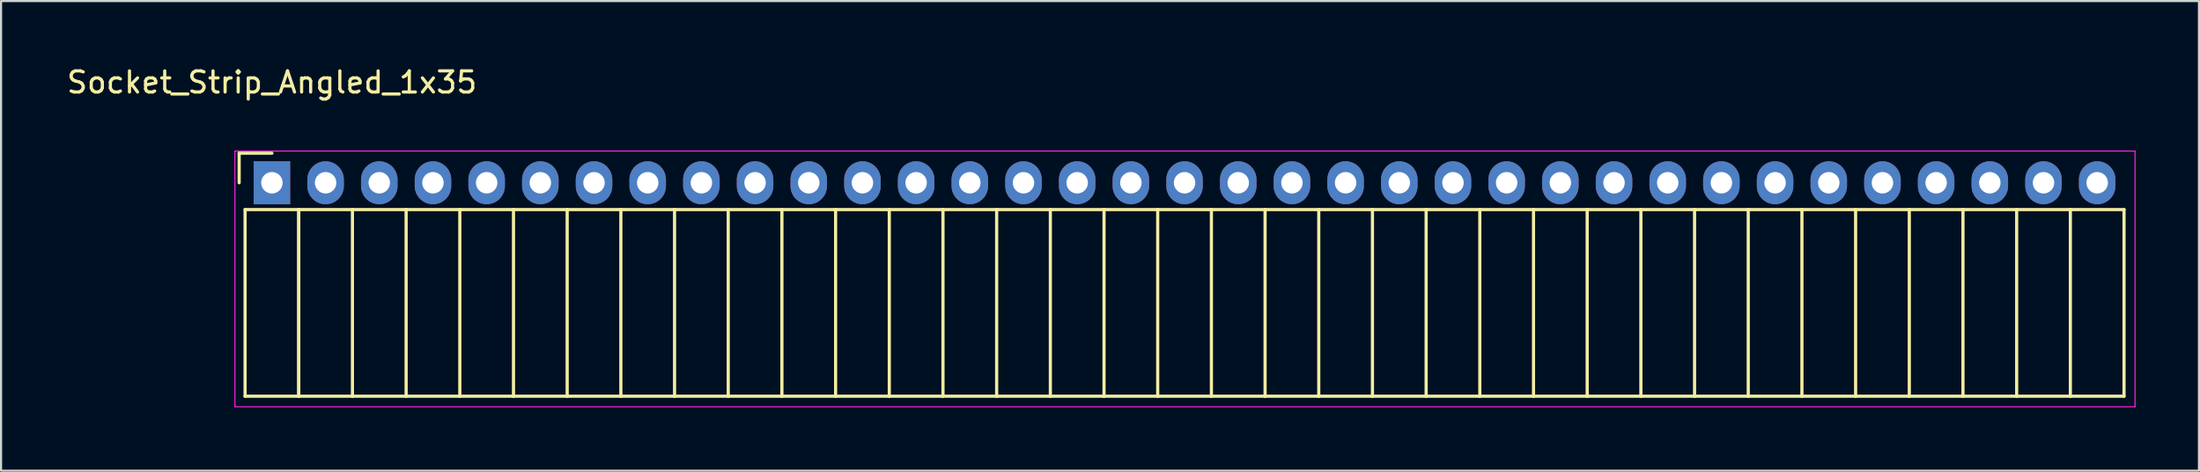
<source format=kicad_pcb>
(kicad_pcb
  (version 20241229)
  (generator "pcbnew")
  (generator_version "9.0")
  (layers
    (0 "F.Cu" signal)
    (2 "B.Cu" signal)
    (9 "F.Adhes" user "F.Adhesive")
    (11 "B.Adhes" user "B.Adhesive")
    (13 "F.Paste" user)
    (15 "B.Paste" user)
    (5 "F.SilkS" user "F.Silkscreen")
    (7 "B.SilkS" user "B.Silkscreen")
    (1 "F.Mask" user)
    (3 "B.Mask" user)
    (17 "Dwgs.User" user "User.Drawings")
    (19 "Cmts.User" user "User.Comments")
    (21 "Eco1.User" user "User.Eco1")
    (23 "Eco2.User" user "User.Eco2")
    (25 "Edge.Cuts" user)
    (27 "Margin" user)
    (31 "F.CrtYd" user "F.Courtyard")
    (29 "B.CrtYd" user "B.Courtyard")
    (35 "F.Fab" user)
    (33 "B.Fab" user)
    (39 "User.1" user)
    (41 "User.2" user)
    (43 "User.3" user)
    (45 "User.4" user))
  (footprint "Socket_Strip_Angled_1x35"
    (layer "F.Cu")
    (at 9.815 5.598)
    (property "Reference" "Socket_Strip_Angled_1x35" (at 0 -4.75 0) (layer "F.SilkS") (effects (font (size 1 1) (thickness 0.15))))
    (attr through_hole)
    (fp_line (start -1.55 -1.4) (end -1.55 0) (stroke (width 0.15) (type solid)) (layer "F.SilkS"))
    (fp_line (start -1.27 1.27) (end -1.27 10.1) (stroke (width 0.15) (type solid)) (layer "F.SilkS"))
    (fp_line (start -1.27 1.27) (end 1.27 1.27) (stroke (width 0.15) (type solid)) (layer "F.SilkS"))
    (fp_line (start -1.27 10.1) (end 1.27 10.1) (stroke (width 0.15) (type solid)) (layer "F.SilkS"))
    (fp_line (start 0 -1.4) (end -1.55 -1.4) (stroke (width 0.15) (type solid)) (layer "F.SilkS"))
    (fp_line (start 1.27 1.27) (end 1.27 10.1) (stroke (width 0.15) (type solid)) (layer "F.SilkS"))
    (fp_line (start 1.27 1.27) (end 3.81 1.27) (stroke (width 0.15) (type solid)) (layer "F.SilkS"))
    (fp_line (start 1.27 10.1) (end 1.27 1.27) (stroke (width 0.15) (type solid)) (layer "F.SilkS"))
    (fp_line (start 1.27 10.1) (end 3.81 10.1) (stroke (width 0.15) (type solid)) (layer "F.SilkS"))
    (fp_line (start 3.81 1.27) (end 6.35 1.27) (stroke (width 0.15) (type solid)) (layer "F.SilkS"))
    (fp_line (start 3.81 10.1) (end 3.81 1.27) (stroke (width 0.15) (type solid)) (layer "F.SilkS"))
    (fp_line (start 3.81 10.1) (end 6.35 10.1) (stroke (width 0.15) (type solid)) (layer "F.SilkS"))
    (fp_line (start 6.35 1.27) (end 8.89 1.27) (stroke (width 0.15) (type solid)) (layer "F.SilkS"))
    (fp_line (start 6.35 10.1) (end 6.35 1.27) (stroke (width 0.15) (type solid)) (layer "F.SilkS"))
    (fp_line (start 6.35 10.1) (end 8.89 10.1) (stroke (width 0.15) (type solid)) (layer "F.SilkS"))
    (fp_line (start 8.89 1.27) (end 11.43 1.27) (stroke (width 0.15) (type solid)) (layer "F.SilkS"))
    (fp_line (start 8.89 10.1) (end 8.89 1.27) (stroke (width 0.15) (type solid)) (layer "F.SilkS"))
    (fp_line (start 8.89 10.1) (end 11.43 10.1) (stroke (width 0.15) (type solid)) (layer "F.SilkS"))
    (fp_line (start 11.43 1.27) (end 13.97 1.27) (stroke (width 0.15) (type solid)) (layer "F.SilkS"))
    (fp_line (start 11.43 10.1) (end 11.43 1.27) (stroke (width 0.15) (type solid)) (layer "F.SilkS"))
    (fp_line (start 11.43 10.1) (end 13.97 10.1) (stroke (width 0.15) (type solid)) (layer "F.SilkS"))
    (fp_line (start 13.97 1.27) (end 16.51 1.27) (stroke (width 0.15) (type solid)) (layer "F.SilkS"))
    (fp_line (start 13.97 10.1) (end 13.97 1.27) (stroke (width 0.15) (type solid)) (layer "F.SilkS"))
    (fp_line (start 13.97 10.1) (end 16.51 10.1) (stroke (width 0.15) (type solid)) (layer "F.SilkS"))
    (fp_line (start 16.51 1.27) (end 19.05 1.27) (stroke (width 0.15) (type solid)) (layer "F.SilkS"))
    (fp_line (start 16.51 10.1) (end 16.51 1.27) (stroke (width 0.15) (type solid)) (layer "F.SilkS"))
    (fp_line (start 16.51 10.1) (end 19.05 10.1) (stroke (width 0.15) (type solid)) (layer "F.SilkS"))
    (fp_line (start 19.05 1.27) (end 21.59 1.27) (stroke (width 0.15) (type solid)) (layer "F.SilkS"))
    (fp_line (start 19.05 10.1) (end 19.05 1.27) (stroke (width 0.15) (type solid)) (layer "F.SilkS"))
    (fp_line (start 19.05 10.1) (end 21.59 10.1) (stroke (width 0.15) (type solid)) (layer "F.SilkS"))
    (fp_line (start 21.59 1.27) (end 24.13 1.27) (stroke (width 0.15) (type solid)) (layer "F.SilkS"))
    (fp_line (start 21.59 10.1) (end 21.59 1.27) (stroke (width 0.15) (type solid)) (layer "F.SilkS"))
    (fp_line (start 21.59 10.1) (end 24.13 10.1) (stroke (width 0.15) (type solid)) (layer "F.SilkS"))
    (fp_line (start 24.13 1.27) (end 26.67 1.27) (stroke (width 0.15) (type solid)) (layer "F.SilkS"))
    (fp_line (start 24.13 10.1) (end 24.13 1.27) (stroke (width 0.15) (type solid)) (layer "F.SilkS"))
    (fp_line (start 24.13 10.1) (end 26.67 10.1) (stroke (width 0.15) (type solid)) (layer "F.SilkS"))
    (fp_line (start 26.67 1.27) (end 29.21 1.27) (stroke (width 0.15) (type solid)) (layer "F.SilkS"))
    (fp_line (start 26.67 10.1) (end 26.67 1.27) (stroke (width 0.15) (type solid)) (layer "F.SilkS"))
    (fp_line (start 26.67 10.1) (end 29.21 10.1) (stroke (width 0.15) (type solid)) (layer "F.SilkS"))
    (fp_line (start 29.21 1.27) (end 31.75 1.27) (stroke (width 0.15) (type solid)) (layer "F.SilkS"))
    (fp_line (start 29.21 10.1) (end 29.21 1.27) (stroke (width 0.15) (type solid)) (layer "F.SilkS"))
    (fp_line (start 29.21 10.1) (end 31.75 10.1) (stroke (width 0.15) (type solid)) (layer "F.SilkS"))
    (fp_line (start 31.75 1.27) (end 34.29 1.27) (stroke (width 0.15) (type solid)) (layer "F.SilkS"))
    (fp_line (start 31.75 10.1) (end 31.75 1.27) (stroke (width 0.15) (type solid)) (layer "F.SilkS"))
    (fp_line (start 31.75 10.1) (end 34.29 10.1) (stroke (width 0.15) (type solid)) (layer "F.SilkS"))
    (fp_line (start 34.29 1.27) (end 36.83 1.27) (stroke (width 0.15) (type solid)) (layer "F.SilkS"))
    (fp_line (start 34.29 10.1) (end 34.29 1.27) (stroke (width 0.15) (type solid)) (layer "F.SilkS"))
    (fp_line (start 34.29 10.1) (end 36.83 10.1) (stroke (width 0.15) (type solid)) (layer "F.SilkS"))
    (fp_line (start 36.83 1.27) (end 39.37 1.27) (stroke (width 0.15) (type solid)) (layer "F.SilkS"))
    (fp_line (start 36.83 10.1) (end 36.83 1.27) (stroke (width 0.15) (type solid)) (layer "F.SilkS"))
    (fp_line (start 36.83 10.1) (end 39.37 10.1) (stroke (width 0.15) (type solid)) (layer "F.SilkS"))
    (fp_line (start 39.37 1.27) (end 41.91 1.27) (stroke (width 0.15) (type solid)) (layer "F.SilkS"))
    (fp_line (start 39.37 10.1) (end 39.37 1.27) (stroke (width 0.15) (type solid)) (layer "F.SilkS"))
    (fp_line (start 39.37 10.1) (end 41.91 10.1) (stroke (width 0.15) (type solid)) (layer "F.SilkS"))
    (fp_line (start 41.91 1.27) (end 44.45 1.27) (stroke (width 0.15) (type solid)) (layer "F.SilkS"))
    (fp_line (start 41.91 10.1) (end 41.91 1.27) (stroke (width 0.15) (type solid)) (layer "F.SilkS"))
    (fp_line (start 41.91 10.1) (end 44.45 10.1) (stroke (width 0.15) (type solid)) (layer "F.SilkS"))
    (fp_line (start 44.45 1.27) (end 46.99 1.27) (stroke (width 0.15) (type solid)) (layer "F.SilkS"))
    (fp_line (start 44.45 10.1) (end 44.45 1.27) (stroke (width 0.15) (type solid)) (layer "F.SilkS"))
    (fp_line (start 44.45 10.1) (end 46.99 10.1) (stroke (width 0.15) (type solid)) (layer "F.SilkS"))
    (fp_line (start 46.99 1.27) (end 49.53 1.27) (stroke (width 0.15) (type solid)) (layer "F.SilkS"))
    (fp_line (start 46.99 10.1) (end 46.99 1.27) (stroke (width 0.15) (type solid)) (layer "F.SilkS"))
    (fp_line (start 46.99 10.1) (end 49.53 10.1) (stroke (width 0.15) (type solid)) (layer "F.SilkS"))
    (fp_line (start 49.53 1.27) (end 52.07 1.27) (stroke (width 0.15) (type solid)) (layer "F.SilkS"))
    (fp_line (start 49.53 10.1) (end 49.53 1.27) (stroke (width 0.15) (type solid)) (layer "F.SilkS"))
    (fp_line (start 49.53 10.1) (end 52.07 10.1) (stroke (width 0.15) (type solid)) (layer "F.SilkS"))
    (fp_line (start 52.07 1.27) (end 54.61 1.27) (stroke (width 0.15) (type solid)) (layer "F.SilkS"))
    (fp_line (start 52.07 10.1) (end 52.07 1.27) (stroke (width 0.15) (type solid)) (layer "F.SilkS"))
    (fp_line (start 52.07 10.1) (end 54.61 10.1) (stroke (width 0.15) (type solid)) (layer "F.SilkS"))
    (fp_line (start 54.61 1.27) (end 57.15 1.27) (stroke (width 0.15) (type solid)) (layer "F.SilkS"))
    (fp_line (start 54.61 10.1) (end 54.61 1.27) (stroke (width 0.15) (type solid)) (layer "F.SilkS"))
    (fp_line (start 54.61 10.1) (end 57.15 10.1) (stroke (width 0.15) (type solid)) (layer "F.SilkS"))
    (fp_line (start 57.15 1.27) (end 59.69 1.27) (stroke (width 0.15) (type solid)) (layer "F.SilkS"))
    (fp_line (start 57.15 10.1) (end 57.15 1.27) (stroke (width 0.15) (type solid)) (layer "F.SilkS"))
    (fp_line (start 57.15 10.1) (end 59.69 10.1) (stroke (width 0.15) (type solid)) (layer "F.SilkS"))
    (fp_line (start 59.69 1.27) (end 62.23 1.27) (stroke (width 0.15) (type solid)) (layer "F.SilkS"))
    (fp_line (start 59.69 10.1) (end 59.69 1.27) (stroke (width 0.15) (type solid)) (layer "F.SilkS"))
    (fp_line (start 59.69 10.1) (end 62.23 10.1) (stroke (width 0.15) (type solid)) (layer "F.SilkS"))
    (fp_line (start 62.23 1.27) (end 64.77 1.27) (stroke (width 0.15) (type solid)) (layer "F.SilkS"))
    (fp_line (start 62.23 10.1) (end 62.23 1.27) (stroke (width 0.15) (type solid)) (layer "F.SilkS"))
    (fp_line (start 62.23 10.1) (end 64.77 10.1) (stroke (width 0.15) (type solid)) (layer "F.SilkS"))
    (fp_line (start 64.77 1.27) (end 67.31 1.27) (stroke (width 0.15) (type solid)) (layer "F.SilkS"))
    (fp_line (start 64.77 10.1) (end 64.77 1.27) (stroke (width 0.15) (type solid)) (layer "F.SilkS"))
    (fp_line (start 64.77 10.1) (end 67.31 10.1) (stroke (width 0.15) (type solid)) (layer "F.SilkS"))
    (fp_line (start 67.31 1.27) (end 69.85 1.27) (stroke (width 0.15) (type solid)) (layer "F.SilkS"))
    (fp_line (start 67.31 10.1) (end 67.31 1.27) (stroke (width 0.15) (type solid)) (layer "F.SilkS"))
    (fp_line (start 67.31 10.1) (end 69.85 10.1) (stroke (width 0.15) (type solid)) (layer "F.SilkS"))
    (fp_line (start 69.85 1.27) (end 72.39 1.27) (stroke (width 0.15) (type solid)) (layer "F.SilkS"))
    (fp_line (start 69.85 10.1) (end 69.85 1.27) (stroke (width 0.15) (type solid)) (layer "F.SilkS"))
    (fp_line (start 69.85 10.1) (end 72.39 10.1) (stroke (width 0.15) (type solid)) (layer "F.SilkS"))
    (fp_line (start 72.39 1.27) (end 74.93 1.27) (stroke (width 0.15) (type solid)) (layer "F.SilkS"))
    (fp_line (start 72.39 10.1) (end 72.39 1.27) (stroke (width 0.15) (type solid)) (layer "F.SilkS"))
    (fp_line (start 72.39 10.1) (end 74.93 10.1) (stroke (width 0.15) (type solid)) (layer "F.SilkS"))
    (fp_line (start 74.93 1.27) (end 77.47 1.27) (stroke (width 0.15) (type solid)) (layer "F.SilkS"))
    (fp_line (start 74.93 10.1) (end 74.93 1.27) (stroke (width 0.15) (type solid)) (layer "F.SilkS"))
    (fp_line (start 74.93 10.1) (end 77.47 10.1) (stroke (width 0.15) (type solid)) (layer "F.SilkS"))
    (fp_line (start 77.47 1.27) (end 80.01 1.27) (stroke (width 0.15) (type solid)) (layer "F.SilkS"))
    (fp_line (start 77.47 10.1) (end 77.47 1.27) (stroke (width 0.15) (type solid)) (layer "F.SilkS"))
    (fp_line (start 77.47 10.1) (end 80.01 10.1) (stroke (width 0.15) (type solid)) (layer "F.SilkS"))
    (fp_line (start 80.01 1.27) (end 82.55 1.27) (stroke (width 0.15) (type solid)) (layer "F.SilkS"))
    (fp_line (start 80.01 10.1) (end 80.01 1.27) (stroke (width 0.15) (type solid)) (layer "F.SilkS"))
    (fp_line (start 80.01 10.1) (end 82.55 10.1) (stroke (width 0.15) (type solid)) (layer "F.SilkS"))
    (fp_line (start 82.55 1.27) (end 85.09 1.27) (stroke (width 0.15) (type solid)) (layer "F.SilkS"))
    (fp_line (start 82.55 10.1) (end 82.55 1.27) (stroke (width 0.15) (type solid)) (layer "F.SilkS"))
    (fp_line (start 82.55 10.1) (end 85.09 10.1) (stroke (width 0.15) (type solid)) (layer "F.SilkS"))
    (fp_line (start 85.09 1.27) (end 87.63 1.27) (stroke (width 0.15) (type solid)) (layer "F.SilkS"))
    (fp_line (start 85.09 10.1) (end 85.09 1.27) (stroke (width 0.15) (type solid)) (layer "F.SilkS"))
    (fp_line (start 85.09 10.1) (end 87.63 10.1) (stroke (width 0.15) (type solid)) (layer "F.SilkS"))
    (fp_line (start 87.63 10.1) (end 87.63 1.27) (stroke (width 0.15) (type solid)) (layer "F.SilkS"))
    (fp_line (start -1.75 -1.5) (end -1.75 10.6) (stroke (width 0.05) (type solid)) (layer "F.CrtYd"))
    (fp_line (start -1.75 -1.5) (end 88.15 -1.5) (stroke (width 0.05) (type solid)) (layer "F.CrtYd"))
    (fp_line (start -1.75 10.6) (end 88.15 10.6) (stroke (width 0.05) (type solid)) (layer "F.CrtYd"))
    (fp_line (start 88.15 -1.5) (end 88.15 10.6) (stroke (width 0.05) (type solid)) (layer "F.CrtYd"))
    (pad "1" thru_hole rect (at 0 0) (size 1.727 2.032) (drill 1.016) (layers "*.Cu" "*.Mask"))
    (pad "2" thru_hole oval (at 2.54 0) (size 1.727 2.032) (drill 1.016) (layers "*.Cu" "*.Mask"))
    (pad "3" thru_hole oval (at 5.08 0) (size 1.727 2.032) (drill 1.016) (layers "*.Cu" "*.Mask"))
    (pad "4" thru_hole oval (at 7.62 0) (size 1.727 2.032) (drill 1.016) (layers "*.Cu" "*.Mask"))
    (pad "5" thru_hole oval (at 10.16 0) (size 1.727 2.032) (drill 1.016) (layers "*.Cu" "*.Mask"))
    (pad "6" thru_hole oval (at 12.7 0) (size 1.727 2.032) (drill 1.016) (layers "*.Cu" "*.Mask"))
    (pad "7" thru_hole oval (at 15.24 0) (size 1.727 2.032) (drill 1.016) (layers "*.Cu" "*.Mask"))
    (pad "8" thru_hole oval (at 17.78 0) (size 1.727 2.032) (drill 1.016) (layers "*.Cu" "*.Mask"))
    (pad "9" thru_hole oval (at 20.32 0) (size 1.727 2.032) (drill 1.016) (layers "*.Cu" "*.Mask"))
    (pad "10" thru_hole oval (at 22.86 0) (size 1.727 2.032) (drill 1.016) (layers "*.Cu" "*.Mask"))
    (pad "11" thru_hole oval (at 25.4 0) (size 1.727 2.032) (drill 1.016) (layers "*.Cu" "*.Mask"))
    (pad "12" thru_hole oval (at 27.94 0) (size 1.727 2.032) (drill 1.016) (layers "*.Cu" "*.Mask"))
    (pad "13" thru_hole oval (at 30.48 0) (size 1.727 2.032) (drill 1.016) (layers "*.Cu" "*.Mask"))
    (pad "14" thru_hole oval (at 33.02 0) (size 1.727 2.032) (drill 1.016) (layers "*.Cu" "*.Mask"))
    (pad "15" thru_hole oval (at 35.56 0) (size 1.727 2.032) (drill 1.016) (layers "*.Cu" "*.Mask"))
    (pad "16" thru_hole oval (at 38.1 0) (size 1.727 2.032) (drill 1.016) (layers "*.Cu" "*.Mask"))
    (pad "17" thru_hole oval (at 40.64 0) (size 1.727 2.032) (drill 1.016) (layers "*.Cu" "*.Mask"))
    (pad "18" thru_hole oval (at 43.18 0) (size 1.727 2.032) (drill 1.016) (layers "*.Cu" "*.Mask"))
    (pad "19" thru_hole oval (at 45.72 0) (size 1.727 2.032) (drill 1.016) (layers "*.Cu" "*.Mask"))
    (pad "20" thru_hole oval (at 48.26 0) (size 1.727 2.032) (drill 1.016) (layers "*.Cu" "*.Mask"))
    (pad "21" thru_hole oval (at 50.8 0) (size 1.727 2.032) (drill 1.016) (layers "*.Cu" "*.Mask"))
    (pad "22" thru_hole oval (at 53.34 0) (size 1.727 2.032) (drill 1.016) (layers "*.Cu" "*.Mask"))
    (pad "23" thru_hole oval (at 55.88 0) (size 1.727 2.032) (drill 1.016) (layers "*.Cu" "*.Mask"))
    (pad "24" thru_hole oval (at 58.42 0) (size 1.727 2.032) (drill 1.016) (layers "*.Cu" "*.Mask"))
    (pad "25" thru_hole oval (at 60.96 0) (size 1.727 2.032) (drill 1.016) (layers "*.Cu" "*.Mask"))
    (pad "26" thru_hole oval (at 63.5 0) (size 1.727 2.032) (drill 1.016) (layers "*.Cu" "*.Mask"))
    (pad "27" thru_hole oval (at 66.04 0) (size 1.727 2.032) (drill 1.016) (layers "*.Cu" "*.Mask"))
    (pad "28" thru_hole oval (at 68.58 0) (size 1.727 2.032) (drill 1.016) (layers "*.Cu" "*.Mask"))
    (pad "29" thru_hole oval (at 71.12 0) (size 1.727 2.032) (drill 1.016) (layers "*.Cu" "*.Mask"))
    (pad "30" thru_hole oval (at 73.66 0) (size 1.727 2.032) (drill 1.016) (layers "*.Cu" "*.Mask"))
    (pad "31" thru_hole oval (at 76.2 0) (size 1.727 2.032) (drill 1.016) (layers "*.Cu" "*.Mask"))
    (pad "32" thru_hole oval (at 78.74 0) (size 1.727 2.032) (drill 1.016) (layers "*.Cu" "*.Mask"))
    (pad "33" thru_hole oval (at 81.28 0) (size 1.727 2.032) (drill 1.016) (layers "*.Cu" "*.Mask"))
    (pad "34" thru_hole oval (at 83.82 0) (size 1.727 2.032) (drill 1.016) (layers "*.Cu" "*.Mask"))
    (pad "35" thru_hole oval (at 86.36 0) (size 1.727 2.032) (drill 1.016) (layers "*.Cu" "*.Mask")))
  (gr_rect
    (start -3 -3)
    (end 100.99 19.223)
    (stroke (width 0.1) (type default))
    (fill no)
    (layer "Edge.Cuts")))
</source>
